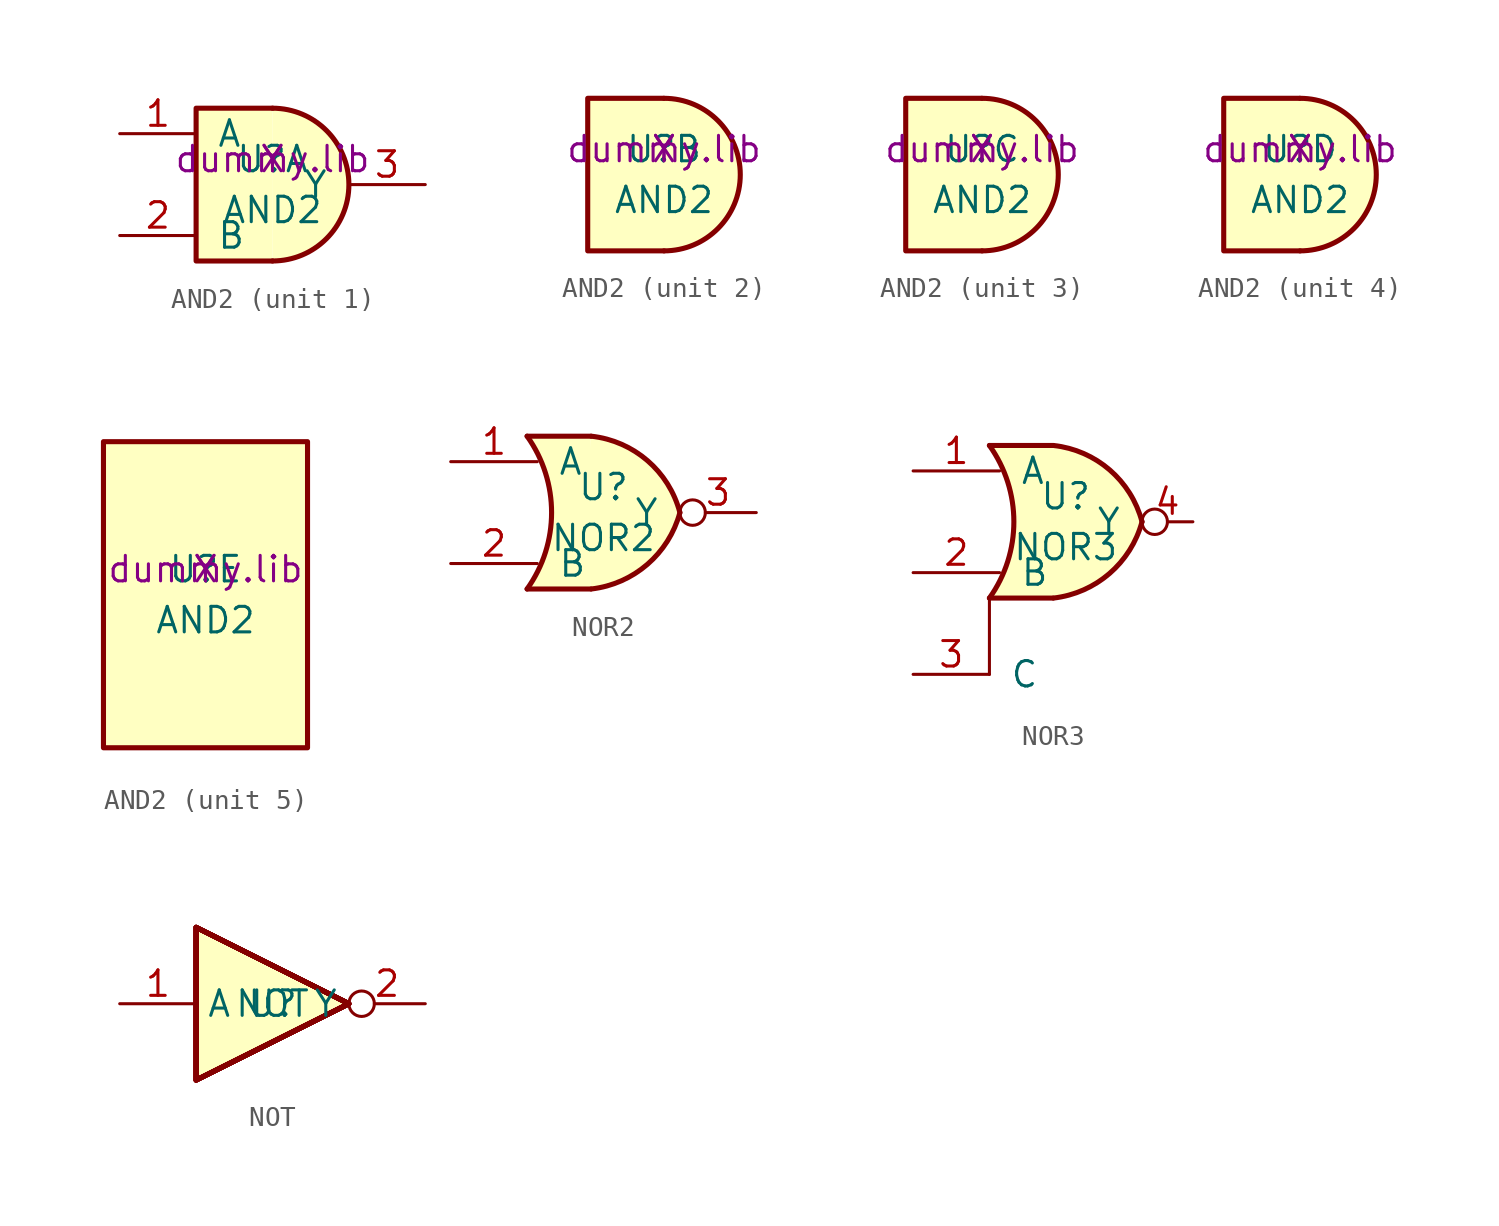
<source format=kicad_sym>
(kicad_symbol_lib
  (version 20211014)
  (generator kicad_symbol_editor)
  (symbol "AND2"
    (pin_names
      (offset 1.016))
    (property "Reference" "U"
      (at 0 1.27 0)
      (effects (font (size 1.27 1.27))))
    (property "Value" "AND2"
      (at 0 -1.27 0)
      (effects (font (size 1.27 1.27))))
    (property "Spice_Primitive" "X"
      (at 0 1.27 0)
      (effects (font (size 1.27 1.27))))
    (property "Spice_Model" "dummy.lib"
      (at 0 1.27 0)
      (effects (font (size 1.27 1.27))))
    (property "Spice_Netlist_Enabled" "Y"
      (at 0 1.27 0)
      (effects (font (size 1.27 1.27))))
    (property "ki_locked" ""
      (at 0 0 0)
      (effects (font (size 1.27 1.27))))
    (symbol "AND2_1_1"
      (arc (start 0 -3.81) (mid 3.81 0) (end 0 3.81) (stroke (width 0.254) (type default) (color 0 0 0 0)) (fill (type background)))
      (polyline (pts (xy 0 3.81) (xy -3.81 3.81) (xy -3.81 -3.81) (xy 0 -3.81)) (stroke (width 0.254) (type default) (color 0 0 0 0)) (fill (type background)))
      (pin input line (at -7.62 2.54 0) (length 3.81) (name "A" (effects (font (size 1.27 1.27)))) (number "1" (effects (font (size 1.27 1.27)))))
      (pin input line (at -7.62 -2.54 0) (length 3.81) (name "B" (effects (font (size 1.27 1.27)))) (number "2" (effects (font (size 1.27 1.27)))))
      (pin output line (at 7.62 0 180) (length 3.81) (name "Y" (effects (font (size 1.27 1.27)))) (number "3" (effects (font (size 1.27 1.27))))))
    (symbol "AND2_2_1"
      (arc (start 0 -3.81) (mid 3.81 0) (end 0 3.81) (stroke (width 0.254) (type default) (color 0 0 0 0)) (fill (type background)))
      (polyline (pts (xy 0 3.81) (xy -3.81 3.81) (xy -3.81 -3.81) (xy 0 -3.81)) (stroke (width 0.254) (type default) (color 0 0 0 0)) (fill (type background))))
    (symbol "AND2_3_1"
      (arc (start 0 -3.81) (mid 3.81 0) (end 0 3.81) (stroke (width 0.254) (type default) (color 0 0 0 0)) (fill (type background)))
      (polyline (pts (xy 0 3.81) (xy -3.81 3.81) (xy -3.81 -3.81) (xy 0 -3.81)) (stroke (width 0.254) (type default) (color 0 0 0 0)) (fill (type background))))
    (symbol "AND2_4_1"
      (arc (start 0 -3.81) (mid 3.81 0) (end 0 3.81) (stroke (width 0.254) (type default) (color 0 0 0 0)) (fill (type background)))
      (polyline (pts (xy 0 3.81) (xy -3.81 3.81) (xy -3.81 -3.81) (xy 0 -3.81)) (stroke (width 0.254) (type default) (color 0 0 0 0)) (fill (type background))))
    (symbol "AND2_5_1"
      (rectangle (start -5.08 7.62) (end 5.08 -7.62) (stroke (width 0.254) (type default) (color 0 0 0 0)) (fill (type background)))))
  (symbol "NOR2"
    (pin_names
      (offset 1.016))
    (property "Reference" "U"
      (at 0 1.27 0)
      (effects (font (size 1.27 1.27))))
    (property "Value" "NOR2"
      (at 0 -1.27 0)
      (effects (font (size 1.27 1.27))))
    (symbol "NOR2_1_1"
      (arc (start -3.81 -3.81) (mid -2.589 0) (end -3.81 3.81) (stroke (width 0.254) (type default) (color 0 0 0 0)) (fill (type none)))
      (arc (start -0.6096 -3.81) (mid 2.1855 -2.584) (end 3.81 0) (stroke (width 0.254) (type default) (color 0 0 0 0)) (fill (type background)))
      (polyline (pts (xy -3.81 -3.81) (xy -0.635 -3.81)) (stroke (width 0.254) (type default) (color 0 0 0 0)) (fill (type background)))
      (polyline (pts (xy -3.81 3.81) (xy -0.635 3.81)) (stroke (width 0.254) (type default) (color 0 0 0 0)) (fill (type background)))
      (polyline (pts (xy -0.635 3.81) (xy -3.81 3.81) (xy -3.81 3.81) (xy -3.556 3.404) (xy -3.023 2.261) (xy -2.692 1.041) (xy -2.616 -0.254) (xy -2.769 -1.499) (xy -3.175 -2.718) (xy -3.81 -3.81) (xy -3.81 -3.81) (xy -0.635 -3.81)) (stroke (width -25.4) (type default) (color 0 0 0 0)) (fill (type background)))
      (arc (start 3.81 0) (mid 2.1928 2.5925) (end -0.6096 3.81) (stroke (width 0.254) (type default) (color 0 0 0 0)) (fill (type background)))
      (pin input line (at -7.62 2.54 0) (length 4.318) (name "A" (effects (font (size 1.27 1.27)))) (number "1" (effects (font (size 1.27 1.27)))))
      (pin input line (at -7.62 -2.54 0) (length 4.318) (name "B" (effects (font (size 1.27 1.27)))) (number "2" (effects (font (size 1.27 1.27)))))
      (pin output inverted (at 7.62 0 180) (length 3.81) (name "Y" (effects (font (size 1.27 1.27)))) (number "3" (effects (font (size 1.27 1.27)))))))
  (symbol "NOR3"
    (pin_names
      (offset 1.016))
    (property "Reference" "U"
      (at 0 1.27 0)
      (effects (font (size 1.27 1.27))))
    (property "Value" "NOR3"
      (at 0 -1.27 0)
      (effects (font (size 1.27 1.27))))
    (symbol "NOR3_0_0"
      (pin output inverted (at 6.35 0 180) (length 2.54) (name "Y" (effects (font (size 1.27 1.27)))) (number "4" (effects (font (size 1.27 1.27))))))
    (symbol "NOR3_0_1"
      (polyline (pts (xy -3.81 -3.81) (xy -3.81 -7.62)) (stroke (width 0) (type default) (color 0 0 0 0)) (fill (type none))))
    (symbol "NOR3_1_1"
      (arc (start -3.81 -3.81) (mid -2.589 0) (end -3.81 3.81) (stroke (width 0.254) (type default) (color 0 0 0 0)) (fill (type none)))
      (arc (start -0.6096 -3.81) (mid 2.1855 -2.584) (end 3.81 0) (stroke (width 0.254) (type default) (color 0 0 0 0)) (fill (type background)))
      (polyline (pts (xy -3.81 -3.81) (xy -0.635 -3.81)) (stroke (width 0.254) (type default) (color 0 0 0 0)) (fill (type background)))
      (polyline (pts (xy -3.81 3.81) (xy -0.635 3.81)) (stroke (width 0.254) (type default) (color 0 0 0 0)) (fill (type background)))
      (polyline (pts (xy -0.635 3.81) (xy -3.81 3.81) (xy -3.81 3.81) (xy -3.556 3.404) (xy -3.023 2.261) (xy -2.692 1.041) (xy -2.616 -0.254) (xy -2.769 -1.499) (xy -3.175 -2.718) (xy -3.81 -3.81) (xy -3.81 -3.81) (xy -0.635 -3.81)) (stroke (width -25.4) (type default) (color 0 0 0 0)) (fill (type background)))
      (arc (start 3.81 0) (mid 2.1928 2.5925) (end -0.6096 3.81) (stroke (width 0.254) (type default) (color 0 0 0 0)) (fill (type background)))
      (pin input line (at -7.62 2.54 0) (length 4.318) (name "A" (effects (font (size 1.27 1.27)))) (number "1" (effects (font (size 1.27 1.27)))))
      (pin input line (at -7.62 -2.54 0) (length 4.318) (name "B" (effects (font (size 1.27 1.27)))) (number "2" (effects (font (size 1.27 1.27)))))
      (pin input line (at -7.62 -7.62 0) (length 3.81) (name "C" (effects (font (size 1.27 1.27)))) (number "3" (effects (font (size 1.27 1.27)))))))
  (symbol "NOT"
    (property "Reference" "U"
      (at 0 0 0)
      (effects (font (size 1.27 1.27))))
    (property "Value" "NOT"
      (at 0 0 0)
      (effects (font (size 1.27 1.27))))
    (symbol "NOT_1_0"
      (polyline (pts (xy -3.81 3.81) (xy -3.81 -3.81) (xy 3.81 0) (xy -3.81 3.81)) (stroke (width 0.254) (type default) (color 0 0 0 0)) (fill (type background)))
      (polyline (pts (xy -3.81 3.81) (xy -3.81 -3.81) (xy 3.81 0) (xy -3.81 3.81)) (stroke (width 0.254) (type default) (color 0 0 0 0)) (fill (type background)))
      (polyline (pts (xy -3.81 3.81) (xy -3.81 -3.81) (xy 3.81 0) (xy -3.81 3.81)) (stroke (width 0.254) (type default) (color 0 0 0 0)) (fill (type background)))
      (polyline (pts (xy -3.81 3.81) (xy -3.81 -3.81) (xy 3.81 0) (xy -3.81 3.81)) (stroke (width 0.254) (type default) (color 0 0 0 0)) (fill (type background)))
      (polyline (pts (xy -3.81 3.81) (xy -3.81 -3.81) (xy 3.81 0) (xy -3.81 3.81)) (stroke (width 0.254) (type default) (color 0 0 0 0)) (fill (type background)))
      (polyline (pts (xy -3.81 3.81) (xy -3.81 -3.81) (xy 3.81 0) (xy -3.81 3.81)) (stroke (width 0.254) (type default) (color 0 0 0 0)) (fill (type background)))
      (pin input line (at -7.62 0 0) (length 3.81) (name "A" (effects (font (size 1.27 1.27)))) (number "1" (effects (font (size 1.27 1.27)))))
      (pin output inverted (at 7.62 0 180) (length 3.81) (name "Y" (effects (font (size 1.27 1.27)))) (number "2" (effects (font (size 1.27 1.27))))))))
</source>
